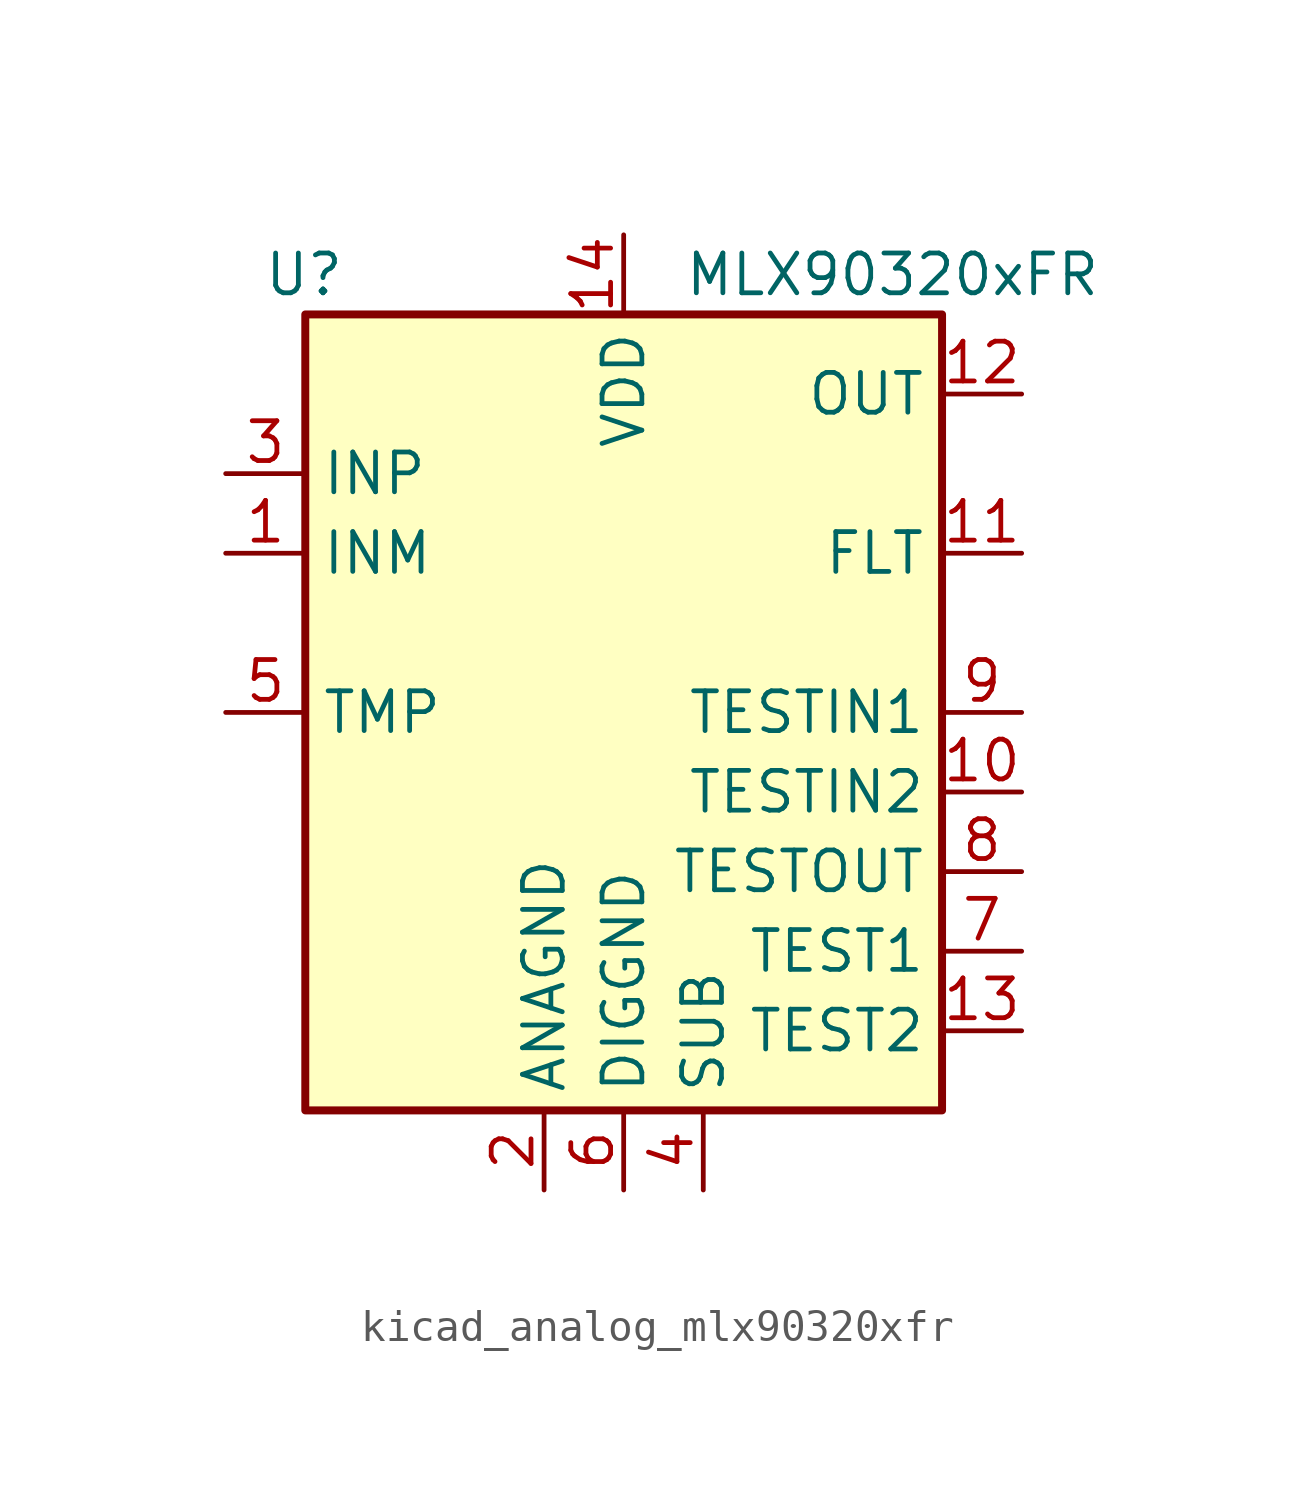
<source format=kicad_sym>
(kicad_symbol_lib
  (version 20220914)
  (generator kicad_symbol_editor)
  (symbol "kicad_analog_mlx90320xfr"
    (property "Reference" "U"
      (at -8.89 13.97 0)
      (effects (font (size 1.27 1.27)) (justify right)))
    (property "Value" "MLX90320xFR"
      (at 15.24 13.97 0)
      (effects (font (size 1.27 1.27)) (justify right)))
    (symbol "kicad_analog_mlx90320xfr_0_1"
      (rectangle (start -10.16 12.7) (end 10.16 -12.7) (stroke (width 0.254) (type default)) (fill (type background))))
    (symbol "kicad_analog_mlx90320xfr_1_1"
      (pin input line (at -12.7 5.08 0) (length 2.54) (name "INM" (effects (font (size 1.27 1.27)))) (number "1" (effects (font (size 1.27 1.27)))))
      (pin passive line (at 12.7 -2.54 180) (length 2.54) (name "TESTIN2" (effects (font (size 1.27 1.27)))) (number "10" (effects (font (size 1.27 1.27)))))
      (pin output line (at 12.7 5.08 180) (length 2.54) (name "FLT" (effects (font (size 1.27 1.27)))) (number "11" (effects (font (size 1.27 1.27)))))
      (pin bidirectional line (at 12.7 10.16 180) (length 2.54) (name "OUT" (effects (font (size 1.27 1.27)))) (number "12" (effects (font (size 1.27 1.27)))))
      (pin passive line (at 12.7 -10.16 180) (length 2.54) (name "TEST2" (effects (font (size 1.27 1.27)))) (number "13" (effects (font (size 1.27 1.27)))))
      (pin power_in line (at 0 15.24 270) (length 2.54) (name "VDD" (effects (font (size 1.27 1.27)))) (number "14" (effects (font (size 1.27 1.27)))))
      (pin power_in line (at -2.54 -15.24 90) (length 2.54) (name "ANAGND" (effects (font (size 1.27 1.27)))) (number "2" (effects (font (size 1.27 1.27)))))
      (pin input line (at -12.7 7.62 0) (length 2.54) (name "INP" (effects (font (size 1.27 1.27)))) (number "3" (effects (font (size 1.27 1.27)))))
      (pin power_in line (at 2.54 -15.24 90) (length 2.54) (name "SUB" (effects (font (size 1.27 1.27)))) (number "4" (effects (font (size 1.27 1.27)))))
      (pin passive line (at -12.7 0 0) (length 2.54) (name "TMP" (effects (font (size 1.27 1.27)))) (number "5" (effects (font (size 1.27 1.27)))))
      (pin power_in line (at 0 -15.24 90) (length 2.54) (name "DIGGND" (effects (font (size 1.27 1.27)))) (number "6" (effects (font (size 1.27 1.27)))))
      (pin passive line (at 12.7 -7.62 180) (length 2.54) (name "TEST1" (effects (font (size 1.27 1.27)))) (number "7" (effects (font (size 1.27 1.27)))))
      (pin passive line (at 12.7 -5.08 180) (length 2.54) (name "TESTOUT" (effects (font (size 1.27 1.27)))) (number "8" (effects (font (size 1.27 1.27)))))
      (pin passive line (at 12.7 0 180) (length 2.54) (name "TESTIN1" (effects (font (size 1.27 1.27)))) (number "9" (effects (font (size 1.27 1.27))))))))
</source>
